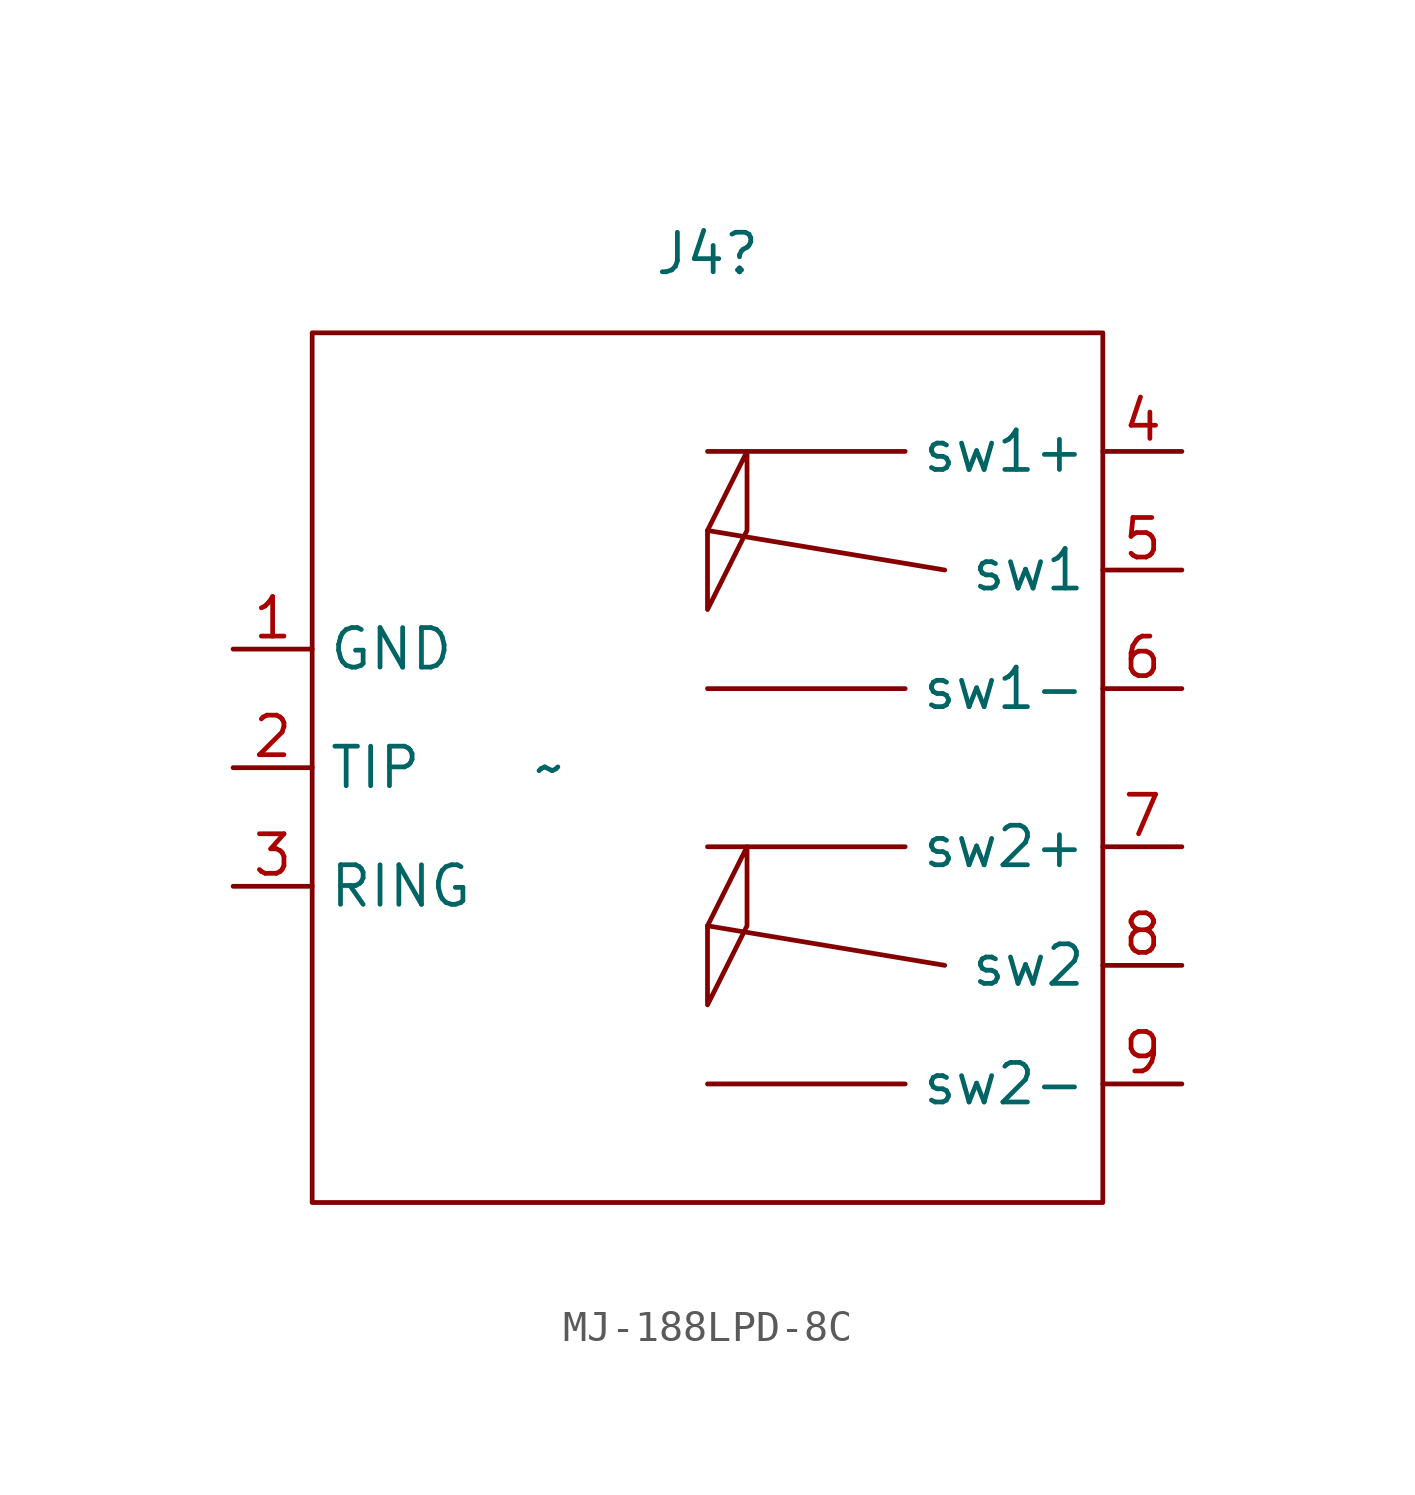
<source format=kicad_sym>
(kicad_symbol_lib
  (version 20220914)
  (generator kicad_symbol_editor)
  (symbol "MJ-188LPD-8C"
    (property "Reference" "J4"
      (at 0 16.51 0)
      (effects (font (size 1.27 1.27))))
    (property "Value" "~"
      (at -5.08 0 0)
      (effects (font (size 1.27 1.27))))
    (symbol "MJ-188LPD-8C_1_1"
      (rectangle (start -12.7 13.97) (end 12.7 -13.97) (stroke (width 0) (type default)) (fill (type none)))
      (polyline (pts (xy 6.35 -10.16) (xy 0 -10.16)) (stroke (width 0) (type default)) (fill (type none)))
      (polyline (pts (xy 6.35 -2.54) (xy 0 -2.54)) (stroke (width 0) (type default)) (fill (type none)))
      (polyline (pts (xy 6.35 10.16) (xy 0 10.16)) (stroke (width 0) (type default)) (fill (type none)))
      (polyline (pts (xy 7.62 -6.35) (xy 0 -5.08)) (stroke (width 0) (type default)) (fill (type none)))
      (polyline (pts (xy 7.62 6.35) (xy 0 7.62)) (stroke (width 0) (type default)) (fill (type none)))
      (polyline (pts (xy 6.35 2.54) (xy 0 2.54) (xy 2.54 2.54)) (stroke (width 0) (type default)) (fill (type none)))
      (polyline (pts (xy 0 -5.08) (xy 1.27 -2.54) (xy 1.27 -5.08) (xy 0 -7.62) (xy 0 -5.08)) (stroke (width 0) (type default)) (fill (type none)))
      (polyline (pts (xy 0 7.62) (xy 1.27 10.16) (xy 1.27 7.62) (xy 0 5.08) (xy 0 7.62)) (stroke (width 0) (type default)) (fill (type none)))
      (pin passive line (at -15.24 3.81 0) (length 2.54) (name "GND" (effects (font (size 1.27 1.27)))) (number "1" (effects (font (size 1.27 1.27)))))
      (pin passive line (at -15.24 0 0) (length 2.54) (name "TIP" (effects (font (size 1.27 1.27)))) (number "2" (effects (font (size 1.27 1.27)))))
      (pin passive line (at -15.24 -3.81 0) (length 2.54) (name "RING" (effects (font (size 1.27 1.27)))) (number "3" (effects (font (size 1.27 1.27)))))
      (pin passive line (at 15.24 10.16 180) (length 2.54) (name "sw1+" (effects (font (size 1.27 1.27)))) (number "4" (effects (font (size 1.27 1.27)))))
      (pin passive line (at 15.24 6.35 180) (length 2.54) (name "sw1" (effects (font (size 1.27 1.27)))) (number "5" (effects (font (size 1.27 1.27)))))
      (pin passive line (at 15.24 2.54 180) (length 2.54) (name "sw1-" (effects (font (size 1.27 1.27)))) (number "6" (effects (font (size 1.27 1.27)))))
      (pin passive line (at 15.24 -2.54 180) (length 2.54) (name "sw2+" (effects (font (size 1.27 1.27)))) (number "7" (effects (font (size 1.27 1.27)))))
      (pin passive line (at 15.24 -6.35 180) (length 2.54) (name "sw2" (effects (font (size 1.27 1.27)))) (number "8" (effects (font (size 1.27 1.27)))))
      (pin passive line (at 15.24 -10.16 180) (length 2.54) (name "sw2-" (effects (font (size 1.27 1.27)))) (number "9" (effects (font (size 1.27 1.27))))))))
</source>
